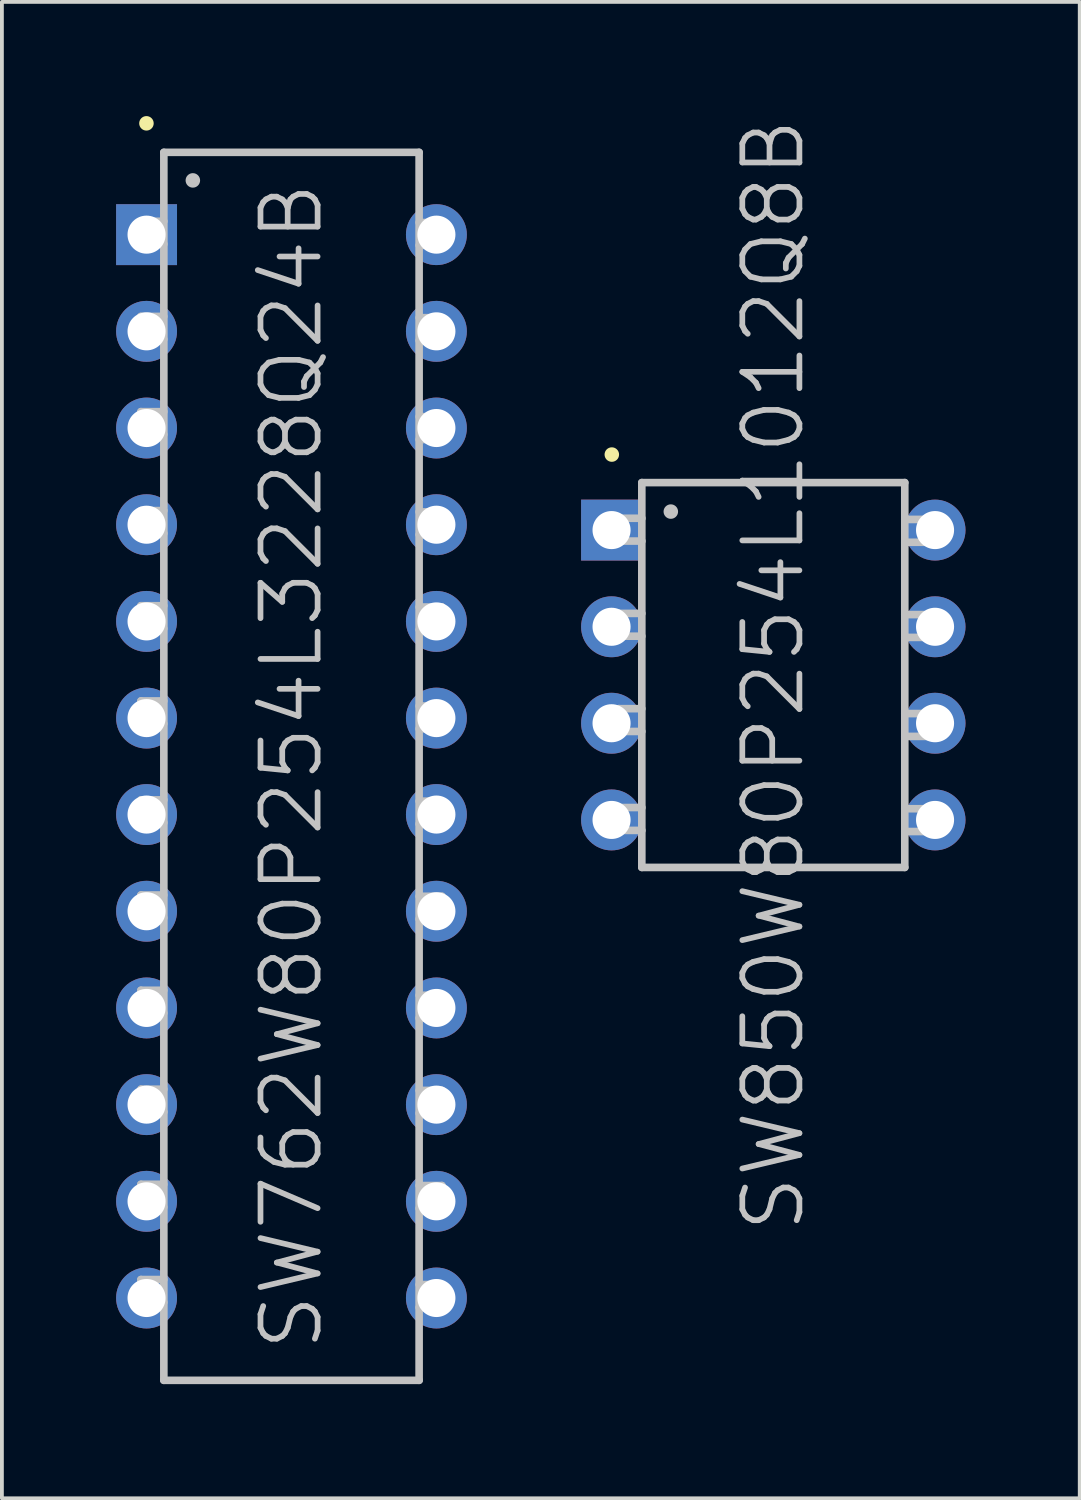
<source format=kicad_pcb>
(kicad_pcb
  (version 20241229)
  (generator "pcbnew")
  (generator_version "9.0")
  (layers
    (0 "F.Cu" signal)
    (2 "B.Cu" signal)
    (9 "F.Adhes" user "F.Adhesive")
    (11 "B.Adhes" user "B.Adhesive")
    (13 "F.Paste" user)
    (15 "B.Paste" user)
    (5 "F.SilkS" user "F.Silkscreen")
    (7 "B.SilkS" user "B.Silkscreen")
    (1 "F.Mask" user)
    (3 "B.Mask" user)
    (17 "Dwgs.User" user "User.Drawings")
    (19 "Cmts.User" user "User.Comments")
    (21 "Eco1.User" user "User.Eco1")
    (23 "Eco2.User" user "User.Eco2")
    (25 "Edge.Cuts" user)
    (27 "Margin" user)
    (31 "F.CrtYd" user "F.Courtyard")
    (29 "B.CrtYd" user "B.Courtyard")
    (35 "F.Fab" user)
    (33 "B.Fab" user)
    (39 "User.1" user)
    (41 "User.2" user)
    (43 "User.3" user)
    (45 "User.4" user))
  (footprint "SW850W80P254L1012Q8B"
    (layer "F.Cu")
    (at 17.264 14.682)
    (property "Reference" "SW850W80P254L1012Q8B" (at 0 0 90) (layer "Dwgs.User") (effects (font (size 1.5 1.5) (thickness 0.15))))
    (attr through_hole)
    (fp_line (start -4.242 -5.791) (end -4.242 -5.791) (stroke (width 0.381) (type solid)) (layer "F.SilkS"))
    (fp_line (start -4.054 -1.618) (end -4.054 -1.019) (stroke (width 0.2) (type solid)) (layer "Dwgs.User"))
    (fp_line (start -4.054 -1.019) (end -3.454 -1.019) (stroke (width 0.2) (type solid)) (layer "Dwgs.User"))
    (fp_line (start -4.054 0.884) (end -4.054 1.483) (stroke (width 0.2) (type solid)) (layer "Dwgs.User"))
    (fp_line (start -4.054 1.483) (end -3.454 1.483) (stroke (width 0.2) (type solid)) (layer "Dwgs.User"))
    (fp_line (start -4.051 -4.117) (end -4.051 -3.518) (stroke (width 0.2) (type solid)) (layer "Dwgs.User"))
    (fp_line (start -4.051 -3.518) (end -3.452 -3.518) (stroke (width 0.2) (type solid)) (layer "Dwgs.User"))
    (fp_line (start -4.051 3.482) (end -4.051 4.082) (stroke (width 0.2) (type solid)) (layer "Dwgs.User"))
    (fp_line (start -4.051 4.082) (end -3.452 4.082) (stroke (width 0.2) (type solid)) (layer "Dwgs.User"))
    (fp_line (start -3.454 -5.055) (end -3.454 5.055) (stroke (width 0.2) (type solid)) (layer "Dwgs.User"))
    (fp_line (start -3.454 -5.055) (end 3.454 -5.055) (stroke (width 0.2) (type solid)) (layer "Dwgs.User"))
    (fp_line (start -3.454 -1.618) (end -4.054 -1.618) (stroke (width 0.2) (type solid)) (layer "Dwgs.User"))
    (fp_line (start -3.454 0.884) (end -4.054 0.884) (stroke (width 0.2) (type solid)) (layer "Dwgs.User"))
    (fp_line (start -3.454 5.055) (end 3.454 5.055) (stroke (width 0.2) (type solid)) (layer "Dwgs.User"))
    (fp_line (start -3.452 -4.117) (end -4.051 -4.117) (stroke (width 0.2) (type solid)) (layer "Dwgs.User"))
    (fp_line (start -3.452 3.482) (end -4.051 3.482) (stroke (width 0.2) (type solid)) (layer "Dwgs.User"))
    (fp_line (start -2.692 -4.293) (end -2.692 -4.293) (stroke (width 0.381) (type solid)) (layer "Dwgs.User"))
    (fp_line (start 3.454 -5.055) (end 3.454 5.055) (stroke (width 0.2) (type solid)) (layer "Dwgs.User"))
    (fp_line (start 3.454 -3.487) (end 4.054 -3.487) (stroke (width 0.2) (type solid)) (layer "Dwgs.User"))
    (fp_line (start 3.454 -0.988) (end 4.054 -0.988) (stroke (width 0.2) (type solid)) (layer "Dwgs.User"))
    (fp_line (start 3.454 1.613) (end 4.054 1.613) (stroke (width 0.2) (type solid)) (layer "Dwgs.User"))
    (fp_line (start 3.454 4.112) (end 4.054 4.112) (stroke (width 0.2) (type solid)) (layer "Dwgs.User"))
    (fp_line (start 4.054 -4.087) (end 3.454 -4.087) (stroke (width 0.2) (type solid)) (layer "Dwgs.User"))
    (fp_line (start 4.054 -3.487) (end 4.054 -4.087) (stroke (width 0.2) (type solid)) (layer "Dwgs.User"))
    (fp_line (start 4.054 -1.587) (end 3.454 -1.587) (stroke (width 0.2) (type solid)) (layer "Dwgs.User"))
    (fp_line (start 4.054 -0.988) (end 4.054 -1.587) (stroke (width 0.2) (type solid)) (layer "Dwgs.User"))
    (fp_line (start 4.054 1.013) (end 3.454 1.013) (stroke (width 0.2) (type solid)) (layer "Dwgs.User"))
    (fp_line (start 4.054 1.613) (end 4.054 1.013) (stroke (width 0.2) (type solid)) (layer "Dwgs.User"))
    (fp_line (start 4.054 3.513) (end 3.454 3.513) (stroke (width 0.2) (type solid)) (layer "Dwgs.User"))
    (fp_line (start 4.054 4.112) (end 4.054 3.513) (stroke (width 0.2) (type solid)) (layer "Dwgs.User"))
    (pad "1" thru_hole rect (at -4.249 -3.807 180) (size 1.6 1.6) (drill 1) (layers "*.Cu" "*.Mask"))
    (pad "2" thru_hole circle (at -4.249 -1.267 180) (size 1.6 1.6) (drill 1) (layers "*.Cu" "*.Mask"))
    (pad "3" thru_hole circle (at -4.249 1.267 180) (size 1.6 1.6) (drill 1) (layers "*.Cu" "*.Mask"))
    (pad "4" thru_hole circle (at -4.249 3.807 180) (size 1.6 1.6) (drill 1) (layers "*.Cu" "*.Mask"))
    (pad "5" thru_hole circle (at 4.249 3.807 180) (size 1.6 1.6) (drill 1) (layers "*.Cu" "*.Mask"))
    (pad "6" thru_hole circle (at 4.249 1.267 180) (size 1.6 1.6) (drill 1) (layers "*.Cu" "*.Mask"))
    (pad "7" thru_hole circle (at 4.249 -1.267 180) (size 1.6 1.6) (drill 1) (layers "*.Cu" "*.Mask"))
    (pad "8" thru_hole circle (at 4.249 -3.807 180) (size 1.6 1.6) (drill 1) (layers "*.Cu" "*.Mask")))
  (footprint "SW762W80P254L3228Q24B"
    (layer "F.Cu")
    (at 4.607 17.081)
    (property "Reference" "SW762W80P254L3228Q24B" (at 0 0 90) (layer "Dwgs.User") (effects (font (size 1.5 1.5) (thickness 0.15))))
    (attr through_hole)
    (fp_line (start -3.81 -16.891) (end -3.81 -16.891) (stroke (width 0.381) (type solid)) (layer "F.SilkS"))
    (fp_line (start -3.955 -11.819) (end -3.955 -11.219) (stroke (width 0.2) (type solid)) (layer "Dwgs.User"))
    (fp_line (start -3.955 -11.219) (end -3.355 -11.219) (stroke (width 0.2) (type solid)) (layer "Dwgs.User"))
    (fp_line (start -3.955 -9.317) (end -3.955 -8.717) (stroke (width 0.2) (type solid)) (layer "Dwgs.User"))
    (fp_line (start -3.955 -8.717) (end -3.355 -8.717) (stroke (width 0.2) (type solid)) (layer "Dwgs.User"))
    (fp_line (start -3.955 -4.219) (end -3.955 -3.619) (stroke (width 0.2) (type solid)) (layer "Dwgs.User"))
    (fp_line (start -3.955 -3.619) (end -3.355 -3.619) (stroke (width 0.2) (type solid)) (layer "Dwgs.User"))
    (fp_line (start -3.955 -1.717) (end -3.955 -1.118) (stroke (width 0.2) (type solid)) (layer "Dwgs.User"))
    (fp_line (start -3.955 -1.118) (end -3.355 -1.118) (stroke (width 0.2) (type solid)) (layer "Dwgs.User"))
    (fp_line (start -3.955 3.381) (end -3.955 3.98) (stroke (width 0.2) (type solid)) (layer "Dwgs.User"))
    (fp_line (start -3.955 3.98) (end -3.355 3.98) (stroke (width 0.2) (type solid)) (layer "Dwgs.User"))
    (fp_line (start -3.955 5.883) (end -3.955 6.482) (stroke (width 0.2) (type solid)) (layer "Dwgs.User"))
    (fp_line (start -3.955 6.482) (end -3.355 6.482) (stroke (width 0.2) (type solid)) (layer "Dwgs.User"))
    (fp_line (start -3.955 10.98) (end -3.955 11.58) (stroke (width 0.2) (type solid)) (layer "Dwgs.User"))
    (fp_line (start -3.955 11.58) (end -3.355 11.58) (stroke (width 0.2) (type solid)) (layer "Dwgs.User"))
    (fp_line (start -3.955 13.482) (end -3.955 14.082) (stroke (width 0.2) (type solid)) (layer "Dwgs.User"))
    (fp_line (start -3.955 14.082) (end -3.355 14.082) (stroke (width 0.2) (type solid)) (layer "Dwgs.User"))
    (fp_line (start -3.952 -14.318) (end -3.952 -13.719) (stroke (width 0.2) (type solid)) (layer "Dwgs.User"))
    (fp_line (start -3.952 -13.719) (end -3.353 -13.719) (stroke (width 0.2) (type solid)) (layer "Dwgs.User"))
    (fp_line (start -3.952 -6.718) (end -3.952 -6.119) (stroke (width 0.2) (type solid)) (layer "Dwgs.User"))
    (fp_line (start -3.952 -6.119) (end -3.353 -6.119) (stroke (width 0.2) (type solid)) (layer "Dwgs.User"))
    (fp_line (start -3.952 0.881) (end -3.952 1.481) (stroke (width 0.2) (type solid)) (layer "Dwgs.User"))
    (fp_line (start -3.952 1.481) (end -3.353 1.481) (stroke (width 0.2) (type solid)) (layer "Dwgs.User"))
    (fp_line (start -3.952 8.481) (end -3.952 9.081) (stroke (width 0.2) (type solid)) (layer "Dwgs.User"))
    (fp_line (start -3.952 9.081) (end -3.353 9.081) (stroke (width 0.2) (type solid)) (layer "Dwgs.User"))
    (fp_line (start -3.355 -11.819) (end -3.955 -11.819) (stroke (width 0.2) (type solid)) (layer "Dwgs.User"))
    (fp_line (start -3.355 -9.317) (end -3.955 -9.317) (stroke (width 0.2) (type solid)) (layer "Dwgs.User"))
    (fp_line (start -3.355 -4.219) (end -3.955 -4.219) (stroke (width 0.2) (type solid)) (layer "Dwgs.User"))
    (fp_line (start -3.355 -1.717) (end -3.955 -1.717) (stroke (width 0.2) (type solid)) (layer "Dwgs.User"))
    (fp_line (start -3.355 3.381) (end -3.955 3.381) (stroke (width 0.2) (type solid)) (layer "Dwgs.User"))
    (fp_line (start -3.355 5.883) (end -3.955 5.883) (stroke (width 0.2) (type solid)) (layer "Dwgs.User"))
    (fp_line (start -3.355 10.98) (end -3.955 10.98) (stroke (width 0.2) (type solid)) (layer "Dwgs.User"))
    (fp_line (start -3.355 13.482) (end -3.955 13.482) (stroke (width 0.2) (type solid)) (layer "Dwgs.User"))
    (fp_line (start -3.353 -16.129) (end -3.353 16.129) (stroke (width 0.2) (type solid)) (layer "Dwgs.User"))
    (fp_line (start -3.353 -16.129) (end 3.353 -16.129) (stroke (width 0.2) (type solid)) (layer "Dwgs.User"))
    (fp_line (start -3.353 -14.318) (end -3.952 -14.318) (stroke (width 0.2) (type solid)) (layer "Dwgs.User"))
    (fp_line (start -3.353 -6.718) (end -3.952 -6.718) (stroke (width 0.2) (type solid)) (layer "Dwgs.User"))
    (fp_line (start -3.353 0.881) (end -3.952 0.881) (stroke (width 0.2) (type solid)) (layer "Dwgs.User"))
    (fp_line (start -3.353 8.481) (end -3.952 8.481) (stroke (width 0.2) (type solid)) (layer "Dwgs.User"))
    (fp_line (start -3.353 16.129) (end 3.353 16.129) (stroke (width 0.2) (type solid)) (layer "Dwgs.User"))
    (fp_line (start -2.591 -15.392) (end -2.591 -15.392) (stroke (width 0.381) (type solid)) (layer "Dwgs.User"))
    (fp_line (start 3.353 -16.129) (end 3.353 16.129) (stroke (width 0.2) (type solid)) (layer "Dwgs.User"))
    (fp_line (start 3.353 -13.686) (end 3.952 -13.686) (stroke (width 0.2) (type solid)) (layer "Dwgs.User"))
    (fp_line (start 3.353 -11.186) (end 3.952 -11.186) (stroke (width 0.2) (type solid)) (layer "Dwgs.User"))
    (fp_line (start 3.353 -8.585) (end 3.952 -8.585) (stroke (width 0.2) (type solid)) (layer "Dwgs.User"))
    (fp_line (start 3.353 -6.086) (end 3.952 -6.086) (stroke (width 0.2) (type solid)) (layer "Dwgs.User"))
    (fp_line (start 3.353 -3.586) (end 3.952 -3.586) (stroke (width 0.2) (type solid)) (layer "Dwgs.User"))
    (fp_line (start 3.353 -0.986) (end 3.952 -0.986) (stroke (width 0.2) (type solid)) (layer "Dwgs.User"))
    (fp_line (start 3.353 1.514) (end 3.952 1.514) (stroke (width 0.2) (type solid)) (layer "Dwgs.User"))
    (fp_line (start 3.353 4.013) (end 3.952 4.013) (stroke (width 0.2) (type solid)) (layer "Dwgs.User"))
    (fp_line (start 3.353 6.614) (end 3.952 6.614) (stroke (width 0.2) (type solid)) (layer "Dwgs.User"))
    (fp_line (start 3.353 9.114) (end 3.952 9.114) (stroke (width 0.2) (type solid)) (layer "Dwgs.User"))
    (fp_line (start 3.353 11.613) (end 3.952 11.613) (stroke (width 0.2) (type solid)) (layer "Dwgs.User"))
    (fp_line (start 3.353 14.214) (end 3.952 14.214) (stroke (width 0.2) (type solid)) (layer "Dwgs.User"))
    (fp_line (start 3.952 -14.285) (end 3.353 -14.285) (stroke (width 0.2) (type solid)) (layer "Dwgs.User"))
    (fp_line (start 3.952 -13.686) (end 3.952 -14.285) (stroke (width 0.2) (type solid)) (layer "Dwgs.User"))
    (fp_line (start 3.952 -11.786) (end 3.353 -11.786) (stroke (width 0.2) (type solid)) (layer "Dwgs.User"))
    (fp_line (start 3.952 -11.186) (end 3.952 -11.786) (stroke (width 0.2) (type solid)) (layer "Dwgs.User"))
    (fp_line (start 3.952 -9.185) (end 3.353 -9.185) (stroke (width 0.2) (type solid)) (layer "Dwgs.User"))
    (fp_line (start 3.952 -8.585) (end 3.952 -9.185) (stroke (width 0.2) (type solid)) (layer "Dwgs.User"))
    (fp_line (start 3.952 -6.685) (end 3.353 -6.685) (stroke (width 0.2) (type solid)) (layer "Dwgs.User"))
    (fp_line (start 3.952 -6.086) (end 3.952 -6.685) (stroke (width 0.2) (type solid)) (layer "Dwgs.User"))
    (fp_line (start 3.952 -4.186) (end 3.353 -4.186) (stroke (width 0.2) (type solid)) (layer "Dwgs.User"))
    (fp_line (start 3.952 -3.586) (end 3.952 -4.186) (stroke (width 0.2) (type solid)) (layer "Dwgs.User"))
    (fp_line (start 3.952 -1.585) (end 3.353 -1.585) (stroke (width 0.2) (type solid)) (layer "Dwgs.User"))
    (fp_line (start 3.952 -0.986) (end 3.952 -1.585) (stroke (width 0.2) (type solid)) (layer "Dwgs.User"))
    (fp_line (start 3.952 0.914) (end 3.353 0.914) (stroke (width 0.2) (type solid)) (layer "Dwgs.User"))
    (fp_line (start 3.952 1.514) (end 3.952 0.914) (stroke (width 0.2) (type solid)) (layer "Dwgs.User"))
    (fp_line (start 3.952 3.414) (end 3.353 3.414) (stroke (width 0.2) (type solid)) (layer "Dwgs.User"))
    (fp_line (start 3.952 4.013) (end 3.952 3.414) (stroke (width 0.2) (type solid)) (layer "Dwgs.User"))
    (fp_line (start 3.952 6.015) (end 3.353 6.015) (stroke (width 0.2) (type solid)) (layer "Dwgs.User"))
    (fp_line (start 3.952 6.614) (end 3.952 6.015) (stroke (width 0.2) (type solid)) (layer "Dwgs.User"))
    (fp_line (start 3.952 8.514) (end 3.353 8.514) (stroke (width 0.2) (type solid)) (layer "Dwgs.User"))
    (fp_line (start 3.952 9.114) (end 3.952 8.514) (stroke (width 0.2) (type solid)) (layer "Dwgs.User"))
    (fp_line (start 3.952 11.013) (end 3.353 11.013) (stroke (width 0.2) (type solid)) (layer "Dwgs.User"))
    (fp_line (start 3.952 11.613) (end 3.952 11.013) (stroke (width 0.2) (type solid)) (layer "Dwgs.User"))
    (fp_line (start 3.952 13.614) (end 3.353 13.614) (stroke (width 0.2) (type solid)) (layer "Dwgs.User"))
    (fp_line (start 3.952 14.214) (end 3.952 13.614) (stroke (width 0.2) (type solid)) (layer "Dwgs.User"))
    (pad "1" thru_hole rect (at -3.807 -13.967 180) (size 1.6 1.6) (drill 1) (layers "*.Cu" "*.Mask"))
    (pad "2" thru_hole circle (at -3.807 -11.427 180) (size 1.6 1.6) (drill 1) (layers "*.Cu" "*.Mask"))
    (pad "3" thru_hole circle (at -3.807 -8.887 180) (size 1.6 1.6) (drill 1) (layers "*.Cu" "*.Mask"))
    (pad "4" thru_hole circle (at -3.807 -6.347 180) (size 1.6 1.6) (drill 1) (layers "*.Cu" "*.Mask"))
    (pad "5" thru_hole circle (at -3.807 -3.807 180) (size 1.6 1.6) (drill 1) (layers "*.Cu" "*.Mask"))
    (pad "6" thru_hole circle (at -3.807 -1.267 180) (size 1.6 1.6) (drill 1) (layers "*.Cu" "*.Mask"))
    (pad "7" thru_hole circle (at -3.807 1.267 180) (size 1.6 1.6) (drill 1) (layers "*.Cu" "*.Mask"))
    (pad "8" thru_hole circle (at -3.807 3.807 180) (size 1.6 1.6) (drill 1) (layers "*.Cu" "*.Mask"))
    (pad "9" thru_hole circle (at -3.807 6.347 180) (size 1.6 1.6) (drill 1) (layers "*.Cu" "*.Mask"))
    (pad "10" thru_hole circle (at -3.807 8.887 180) (size 1.6 1.6) (drill 1) (layers "*.Cu" "*.Mask"))
    (pad "11" thru_hole circle (at -3.807 11.427 180) (size 1.6 1.6) (drill 1) (layers "*.Cu" "*.Mask"))
    (pad "12" thru_hole circle (at -3.807 13.967 180) (size 1.6 1.6) (drill 1) (layers "*.Cu" "*.Mask"))
    (pad "13" thru_hole circle (at 3.807 13.967 180) (size 1.6 1.6) (drill 1) (layers "*.Cu" "*.Mask"))
    (pad "14" thru_hole circle (at 3.807 11.427 180) (size 1.6 1.6) (drill 1) (layers "*.Cu" "*.Mask"))
    (pad "15" thru_hole circle (at 3.807 8.887 180) (size 1.6 1.6) (drill 1) (layers "*.Cu" "*.Mask"))
    (pad "16" thru_hole circle (at 3.807 6.347 180) (size 1.6 1.6) (drill 1) (layers "*.Cu" "*.Mask"))
    (pad "17" thru_hole circle (at 3.807 3.807 180) (size 1.6 1.6) (drill 1) (layers "*.Cu" "*.Mask"))
    (pad "18" thru_hole circle (at 3.807 1.267 180) (size 1.6 1.6) (drill 1) (layers "*.Cu" "*.Mask"))
    (pad "19" thru_hole circle (at 3.807 -1.267 180) (size 1.6 1.6) (drill 1) (layers "*.Cu" "*.Mask"))
    (pad "20" thru_hole circle (at 3.807 -3.807 180) (size 1.6 1.6) (drill 1) (layers "*.Cu" "*.Mask"))
    (pad "21" thru_hole circle (at 3.807 -6.347 180) (size 1.6 1.6) (drill 1) (layers "*.Cu" "*.Mask"))
    (pad "22" thru_hole circle (at 3.807 -8.887 180) (size 1.6 1.6) (drill 1) (layers "*.Cu" "*.Mask"))
    (pad "23" thru_hole circle (at 3.807 -11.427 180) (size 1.6 1.6) (drill 1) (layers "*.Cu" "*.Mask"))
    (pad "24" thru_hole circle (at 3.807 -13.967 180) (size 1.6 1.6) (drill 1) (layers "*.Cu" "*.Mask")))
  (gr_rect
    (start -3 -3)
    (end 25.314 36.31)
    (stroke (width 0.1) (type default))
    (fill no)
    (layer "Edge.Cuts")))
</source>
